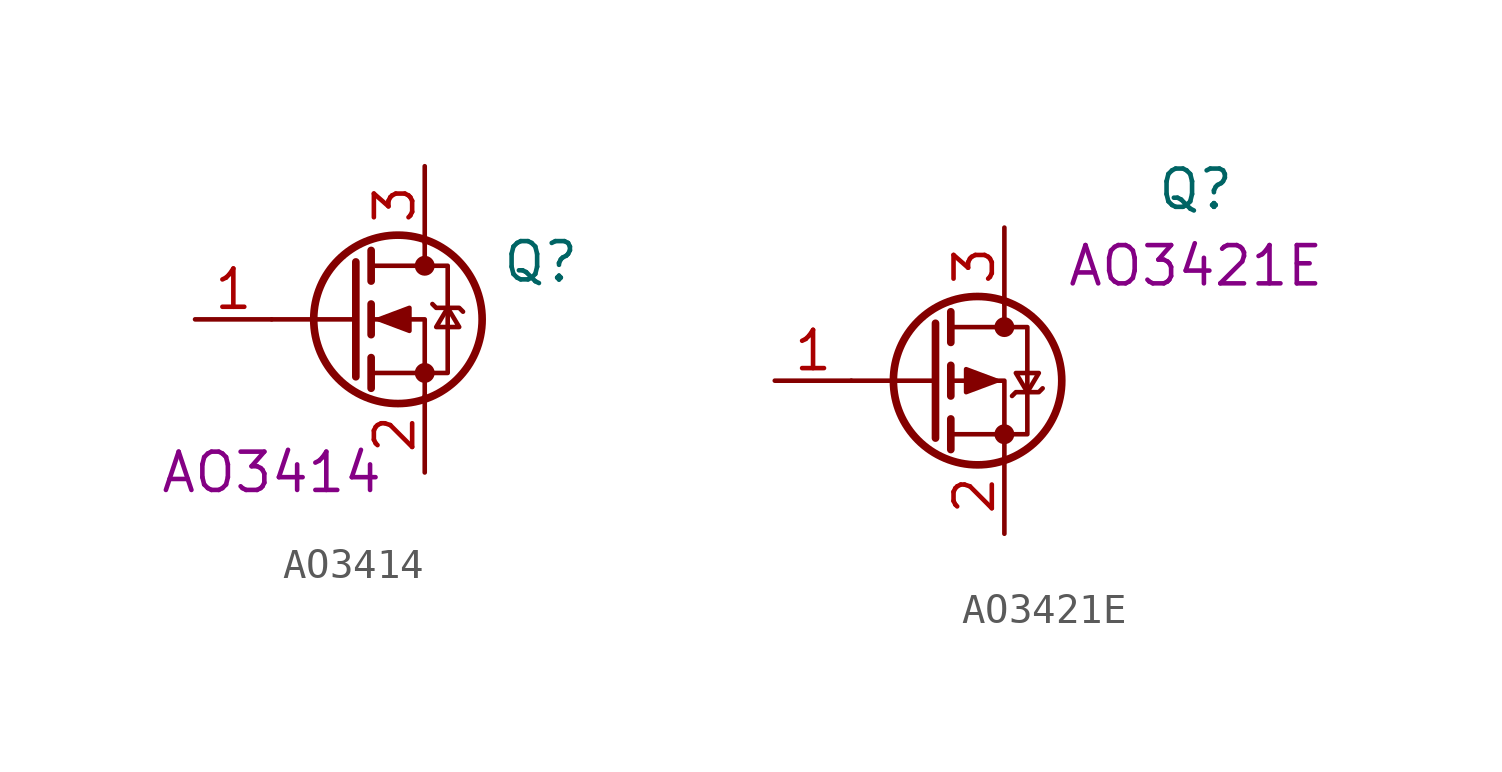
<source format=kicad_sym>
(kicad_symbol_lib
  (version 20220914)
  (generator kicad_symbol_editor)
  (symbol "AO3414"
    (pin_names hide)
    (property "Reference" "Q"
      (at 5.08 1.905 0)
      (effects (font (size 1.27 1.27)) (justify left)))
    (property "UserValue" "AO3414"
      (at -2.54 -5.08 0)
      (effects (font (size 1.27 1.27))))
    (symbol "AO3414_0_1"
      (polyline (pts (xy 0.254 0) (xy -2.54 0)) (stroke (width 0) (type default)) (fill (type none)))
      (polyline (pts (xy 0.254 1.905) (xy 0.254 -1.905)) (stroke (width 0.254) (type default)) (fill (type none)))
      (polyline (pts (xy 0.762 -1.27) (xy 0.762 -2.286)) (stroke (width 0.254) (type default)) (fill (type none)))
      (polyline (pts (xy 0.762 0.508) (xy 0.762 -0.508)) (stroke (width 0.254) (type default)) (fill (type none)))
      (polyline (pts (xy 0.762 2.286) (xy 0.762 1.27)) (stroke (width 0.254) (type default)) (fill (type none)))
      (polyline (pts (xy 2.54 2.54) (xy 2.54 1.778)) (stroke (width 0) (type default)) (fill (type none)))
      (polyline (pts (xy 2.54 -2.54) (xy 2.54 0) (xy 0.762 0)) (stroke (width 0) (type default)) (fill (type none)))
      (polyline (pts (xy 0.762 -1.778) (xy 3.302 -1.778) (xy 3.302 1.778) (xy 0.762 1.778)) (stroke (width 0) (type default)) (fill (type none)))
      (polyline (pts (xy 1.016 0) (xy 2.032 0.381) (xy 2.032 -0.381) (xy 1.016 0)) (stroke (width 0) (type default)) (fill (type outline)))
      (polyline (pts (xy 2.794 0.508) (xy 2.921 0.381) (xy 3.683 0.381) (xy 3.81 0.254)) (stroke (width 0) (type default)) (fill (type none)))
      (polyline (pts (xy 3.302 0.381) (xy 2.921 -0.254) (xy 3.683 -0.254) (xy 3.302 0.381)) (stroke (width 0) (type default)) (fill (type none)))
      (circle (center 1.651 0) (radius 2.794) (stroke (width 0.254) (type default)) (fill (type none)))
      (circle (center 2.54 -1.778) (radius 0.254) (stroke (width 0) (type default)) (fill (type outline)))
      (circle (center 2.54 1.778) (radius 0.254) (stroke (width 0) (type default)) (fill (type outline))))
    (symbol "AO3414_1_1"
      (pin input line (at -5.08 0 0) (length 2.54) (name "G" (effects (font (size 1.27 1.27)))) (number "1" (effects (font (size 1.27 1.27)))))
      (pin passive line (at 2.54 -5.08 90) (length 2.54) (name "S" (effects (font (size 1.27 1.27)))) (number "2" (effects (font (size 1.27 1.27)))))
      (pin passive line (at 2.54 5.08 270) (length 2.54) (name "D" (effects (font (size 1.27 1.27)))) (number "3" (effects (font (size 1.27 1.27)))))))
  (symbol "AO3421E"
    (pin_names hide)
    (property "Reference" "Q"
      (at 7.62 6.35 0)
      (effects (font (size 1.27 1.27))))
    (property "UserValue" "AO3421E"
      (at 7.62 3.81 0)
      (effects (font (size 1.27 1.27))))
    (symbol "AO3421E_0_1"
      (polyline (pts (xy -1.016 0) (xy -3.81 0)) (stroke (width 0) (type default)) (fill (type none)))
      (polyline (pts (xy -1.016 1.905) (xy -1.016 -1.905)) (stroke (width 0.254) (type default)) (fill (type none)))
      (polyline (pts (xy -0.508 -1.27) (xy -0.508 -2.286)) (stroke (width 0.254) (type default)) (fill (type none)))
      (polyline (pts (xy -0.508 0.508) (xy -0.508 -0.508)) (stroke (width 0.254) (type default)) (fill (type none)))
      (polyline (pts (xy -0.508 2.286) (xy -0.508 1.27)) (stroke (width 0.254) (type default)) (fill (type none)))
      (polyline (pts (xy 1.27 2.54) (xy 1.27 1.778)) (stroke (width 0) (type default)) (fill (type none)))
      (polyline (pts (xy 1.27 -2.54) (xy 1.27 0) (xy -0.508 0)) (stroke (width 0) (type default)) (fill (type none)))
      (polyline (pts (xy -0.508 1.778) (xy 2.032 1.778) (xy 2.032 -1.778) (xy -0.508 -1.778)) (stroke (width 0) (type default)) (fill (type none)))
      (polyline (pts (xy 1.016 0) (xy 0 0.381) (xy 0 -0.381) (xy 1.016 0)) (stroke (width 0) (type default)) (fill (type outline)))
      (polyline (pts (xy 1.524 -0.508) (xy 1.651 -0.381) (xy 2.413 -0.381) (xy 2.54 -0.254)) (stroke (width 0) (type default)) (fill (type none)))
      (polyline (pts (xy 2.032 -0.381) (xy 1.651 0.254) (xy 2.413 0.254) (xy 2.032 -0.381)) (stroke (width 0) (type default)) (fill (type none)))
      (circle (center 0.381 0) (radius 2.794) (stroke (width 0.254) (type default)) (fill (type none)))
      (circle (center 1.27 -1.778) (radius 0.254) (stroke (width 0) (type default)) (fill (type outline)))
      (circle (center 1.27 1.778) (radius 0.254) (stroke (width 0) (type default)) (fill (type outline))))
    (symbol "AO3421E_1_1"
      (pin input line (at -6.35 0 0) (length 2.54) (name "G" (effects (font (size 1.27 1.27)))) (number "1" (effects (font (size 1.27 1.27)))))
      (pin passive line (at 1.27 -5.08 90) (length 2.54) (name "S" (effects (font (size 1.27 1.27)))) (number "2" (effects (font (size 1.27 1.27)))))
      (pin passive line (at 1.27 5.08 270) (length 2.54) (name "D" (effects (font (size 1.27 1.27)))) (number "3" (effects (font (size 1.27 1.27))))))))
</source>
